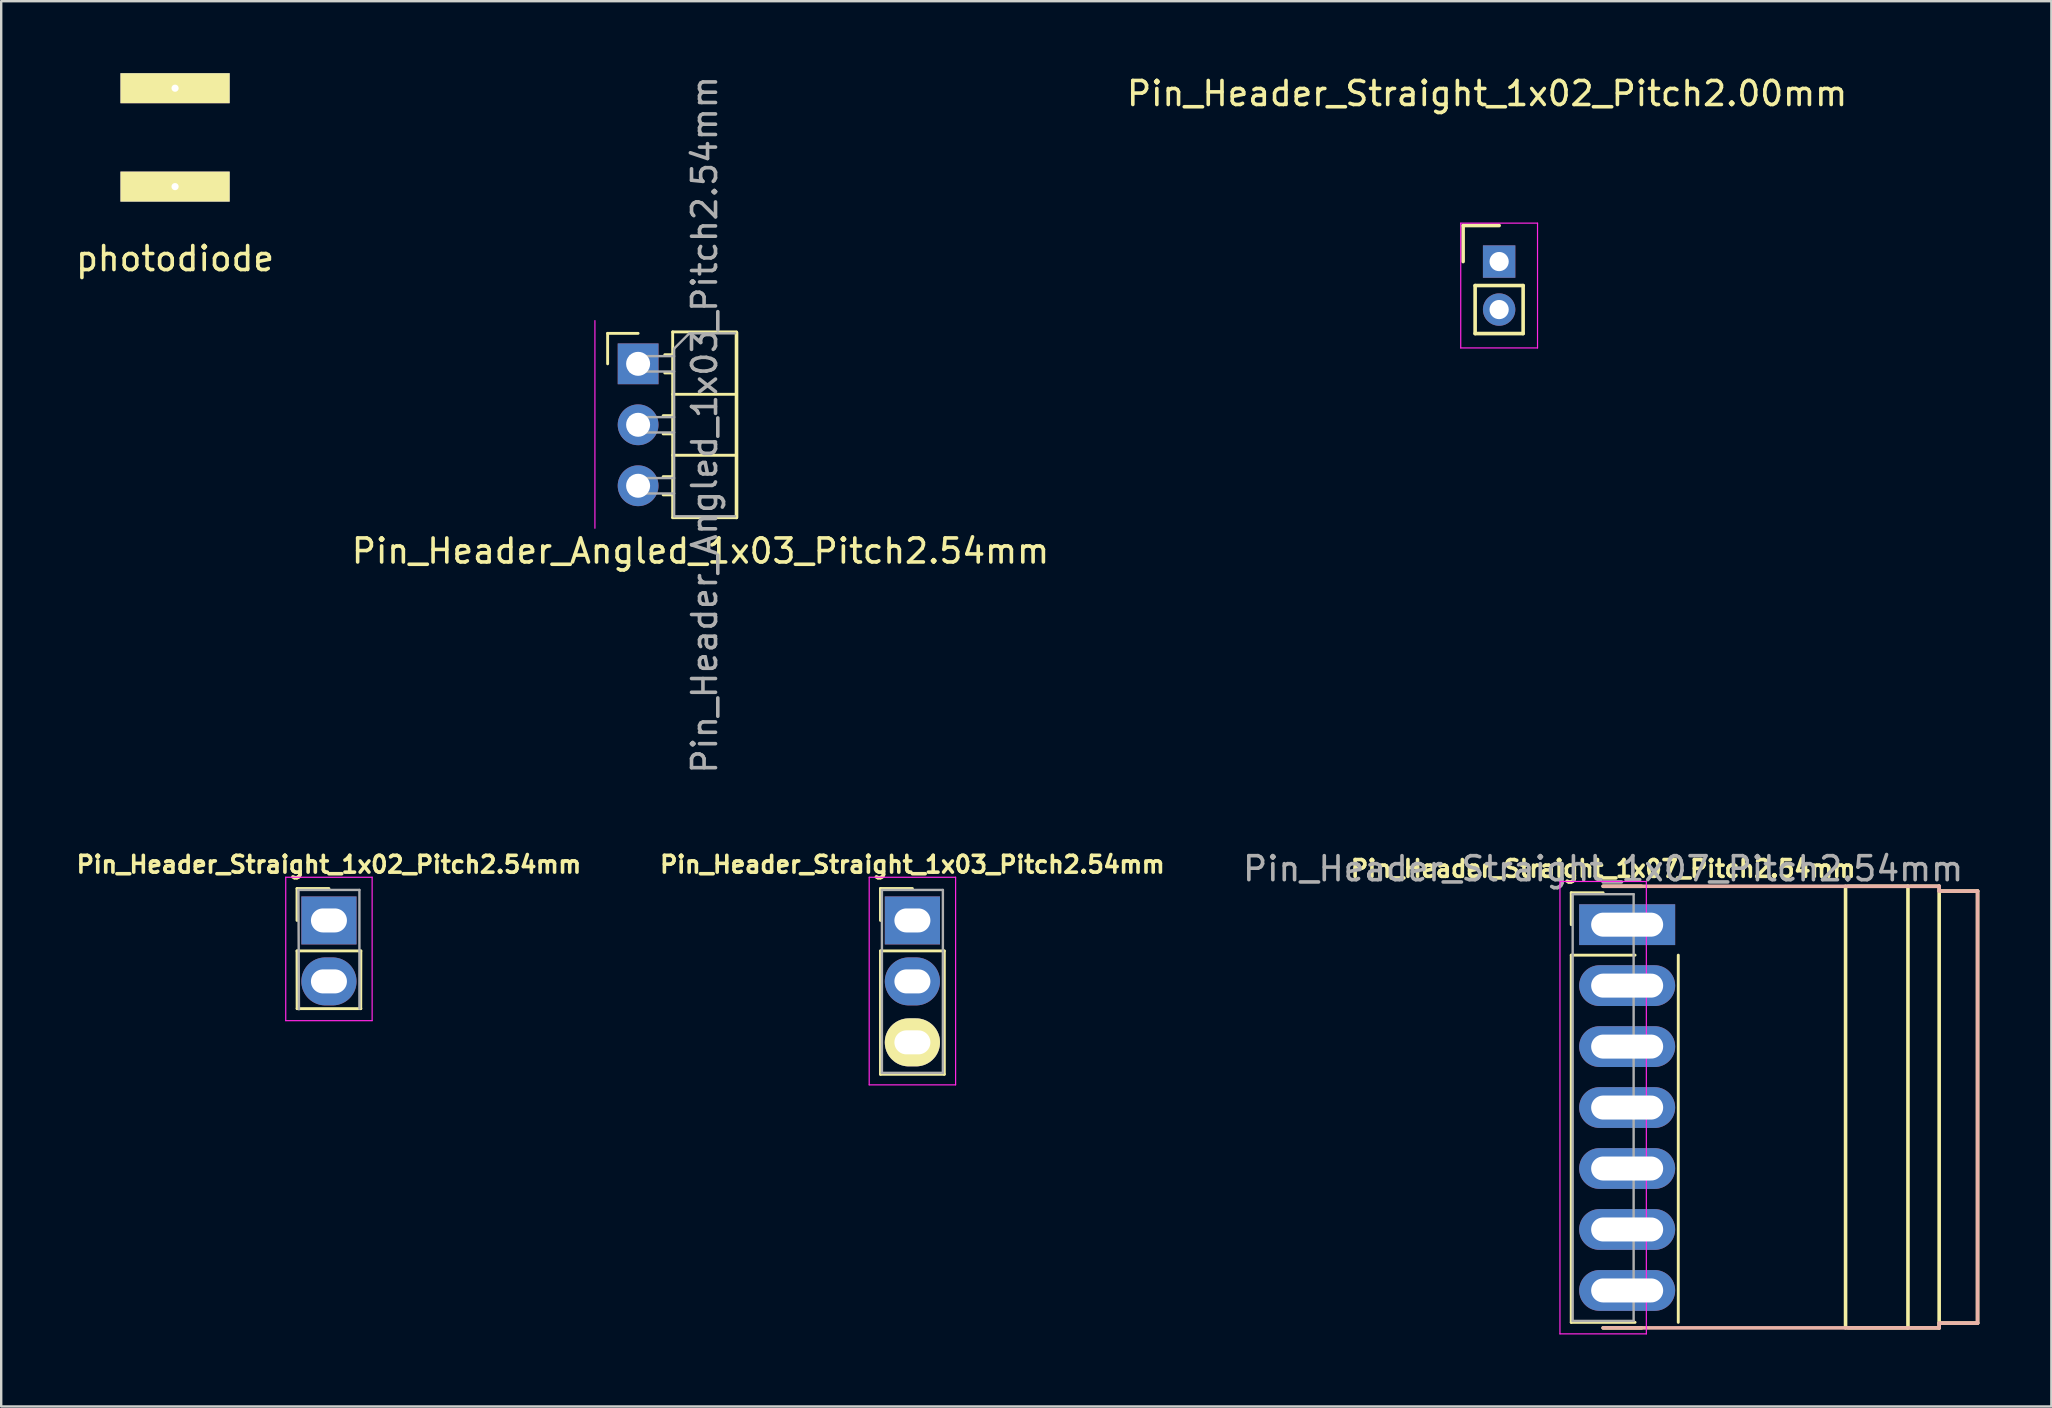
<source format=kicad_pcb>
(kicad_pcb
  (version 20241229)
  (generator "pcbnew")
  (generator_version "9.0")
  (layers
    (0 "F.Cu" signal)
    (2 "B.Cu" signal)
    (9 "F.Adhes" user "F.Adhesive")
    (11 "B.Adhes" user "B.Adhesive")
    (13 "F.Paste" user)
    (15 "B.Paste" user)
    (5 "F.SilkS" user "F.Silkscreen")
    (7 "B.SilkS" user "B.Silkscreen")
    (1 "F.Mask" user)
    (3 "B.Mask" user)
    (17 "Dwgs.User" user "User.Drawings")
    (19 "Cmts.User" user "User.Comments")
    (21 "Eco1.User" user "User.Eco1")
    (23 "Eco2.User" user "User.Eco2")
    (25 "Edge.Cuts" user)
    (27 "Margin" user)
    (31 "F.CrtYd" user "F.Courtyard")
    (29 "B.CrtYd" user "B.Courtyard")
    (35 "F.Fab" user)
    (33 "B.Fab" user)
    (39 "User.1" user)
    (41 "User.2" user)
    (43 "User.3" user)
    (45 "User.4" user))
  (footprint "photodiode"
    (layer "F.Cu")
    (at 4.244 4.725)
    (property "Reference" "photodiode" (at 0 3 0) (layer "F.SilkS") (effects (font (size 1 1) (thickness 0.15))))
    (attr through_hole)
    (pad "1" thru_hole rect (at 0 0) (size 4.55 1.25) (drill 0.3) (layers "*.Cu" "*.Mask" "F.SilkS"))
    (pad "2" thru_hole rect (at 0 -4.1) (size 4.55 1.25) (drill 0.3) (layers "*.Cu" "*.Mask" "F.SilkS")))
  (footprint "Pin_Header_Straight_1x03_Pitch2.54mm"
    (layer "F.Cu")
    (at 34.965 35.3)
    (property "Reference" "Pin_Header_Straight_1x03_Pitch2.54mm" (at 0 -2.33 0) (layer "F.SilkS") (effects (font (size 0.7 0.7) (thickness 0.15))))
    (attr through_hole)
    (fp_line (start -1.33 -1.33) (end 0 -1.33) (stroke (width 0.12) (type solid)) (layer "F.SilkS"))
    (fp_line (start -1.33 0) (end -1.33 -1.33) (stroke (width 0.12) (type solid)) (layer "F.SilkS"))
    (fp_line (start -1.33 1.27) (end -1.33 6.41) (stroke (width 0.12) (type solid)) (layer "F.SilkS"))
    (fp_line (start -1.33 6.41) (end 1.33 6.41) (stroke (width 0.12) (type solid)) (layer "F.SilkS"))
    (fp_line (start 1.33 1.27) (end -1.33 1.27) (stroke (width 0.12) (type solid)) (layer "F.SilkS"))
    (fp_line (start 1.33 6.41) (end 1.33 1.27) (stroke (width 0.12) (type solid)) (layer "F.SilkS"))
    (fp_line (start -1.8 -1.8) (end -1.8 6.85) (stroke (width 0.05) (type solid)) (layer "F.CrtYd"))
    (fp_line (start -1.8 6.85) (end 1.8 6.85) (stroke (width 0.05) (type solid)) (layer "F.CrtYd"))
    (fp_line (start 1.8 -1.8) (end -1.8 -1.8) (stroke (width 0.05) (type solid)) (layer "F.CrtYd"))
    (fp_line (start 1.8 6.85) (end 1.8 -1.8) (stroke (width 0.05) (type solid)) (layer "F.CrtYd"))
    (fp_line (start -1.27 -1.27) (end -1.27 6.35) (stroke (width 0.1) (type solid)) (layer "F.Fab"))
    (fp_line (start -1.27 6.35) (end 1.27 6.35) (stroke (width 0.1) (type solid)) (layer "F.Fab"))
    (fp_line (start 1.27 -1.27) (end -1.27 -1.27) (stroke (width 0.1) (type solid)) (layer "F.Fab"))
    (fp_line (start 1.27 6.35) (end 1.27 -1.27) (stroke (width 0.1) (type solid)) (layer "F.Fab"))
    (pad "1" thru_hole rect (at 0 0) (size 2.3 2) (drill oval 1.5 1) (layers "*.Cu" "*.Mask"))
    (pad "2" thru_hole oval (at 0 2.54) (size 2.3 2) (drill oval 1.5 1) (layers "*.Cu" "*.Mask"))
    (pad "3" thru_hole oval (at 0 5.08) (size 2.3 2) (drill oval 1.5 1) (layers "*.Cu" "*.Mask" "F.SilkS")))
  (footprint "Pin_Header_Straight_1x02_Pitch2.00mm"
    (layer "F.Cu")
    (at 59.411 7.848)
    (property "Reference" "Pin_Header_Straight_1x02_Pitch2.00mm" (at -0.5 -7 0) (layer "F.SilkS") (effects (font (size 1 1) (thickness 0.15))))
    (attr through_hole)
    (fp_line (start -1.5 -1.5) (end 0 -1.5) (stroke (width 0.15) (type solid)) (layer "F.SilkS"))
    (fp_line (start -1.5 0) (end -1.5 -1.5) (stroke (width 0.15) (type solid)) (layer "F.SilkS"))
    (fp_line (start -1 1) (end 1 1) (stroke (width 0.15) (type solid)) (layer "F.SilkS"))
    (fp_line (start -1 3) (end -1 1) (stroke (width 0.15) (type solid)) (layer "F.SilkS"))
    (fp_line (start 1 1) (end 1 3) (stroke (width 0.15) (type solid)) (layer "F.SilkS"))
    (fp_line (start 1 3) (end -1 3) (stroke (width 0.15) (type solid)) (layer "F.SilkS"))
    (fp_line (start -1.6 -1.6) (end 1.6 -1.6) (stroke (width 0.05) (type solid)) (layer "F.CrtYd"))
    (fp_line (start -1.6 3.6) (end -1.6 -1.6) (stroke (width 0.05) (type solid)) (layer "F.CrtYd"))
    (fp_line (start 1.6 -1.6) (end 1.6 3.6) (stroke (width 0.05) (type solid)) (layer "F.CrtYd"))
    (fp_line (start 1.6 3.6) (end -1.6 3.6) (stroke (width 0.05) (type solid)) (layer "F.CrtYd"))
    (pad "1" thru_hole rect (at 0 0) (size 1.35 1.35) (drill 0.8) (layers "*.Cu" "*.Mask"))
    (pad "2" thru_hole circle (at 0 2) (size 1.35 1.35) (drill 0.8) (layers "*.Cu" "*.Mask")))
  (footprint "Pin_Header_Straight_1x07_Pitch2.54mm"
    (layer "F.Cu")
    (at 63.745 43.076)
    (property "Reference" "Pin_Header_Straight_1x07_Pitch2.54mm" (at 0 -9.93 0) (layer "F.SilkS") (effects (font (size 0.7 0.7) (thickness 0.15))))
    (attr through_hole)
    (fp_line (start -1.33 -8.93) (end 0 -8.93) (stroke (width 0.12) (type solid)) (layer "F.SilkS"))
    (fp_line (start -1.33 -7.6) (end -1.33 -8.93) (stroke (width 0.12) (type solid)) (layer "F.SilkS"))
    (fp_line (start -1.33 -6.33) (end -1.33 8.97) (stroke (width 0.12) (type solid)) (layer "F.SilkS"))
    (fp_line (start -1.33 8.97) (end 1.33 8.97) (stroke (width 0.12) (type solid)) (layer "F.SilkS"))
    (fp_line (start 0 -9.2) (end 1.6 -9.2) (stroke (width 0.15) (type solid)) (layer "F.SilkS"))
    (fp_line (start 1.33 -6.33) (end -1.33 -6.33) (stroke (width 0.12) (type solid)) (layer "F.SilkS"))
    (fp_line (start 1.6 9.2) (end 0 9.2) (stroke (width 0.15) (type solid)) (layer "F.SilkS"))
    (fp_line (start 3.13 8.97) (end 3.13 -6.33) (stroke (width 0.12) (type solid)) (layer "F.SilkS"))
    (fp_line (start 10.1 9.2) (end 10.1 -9.2) (stroke (width 0.15) (type solid)) (layer "F.SilkS"))
    (fp_line (start 10.2 -9.2) (end 12.7 -9.2) (stroke (width 0.15) (type solid)) (layer "F.SilkS"))
    (fp_line (start 12.7 -9.2) (end 12.7 9.2) (stroke (width 0.15) (type solid)) (layer "F.SilkS"))
    (fp_line (start 12.7 9.2) (end 10.2 9.2) (stroke (width 0.15) (type solid)) (layer "F.SilkS"))
    (fp_line (start 12.8 9.2) (end 14 9.2) (stroke (width 0.15) (type solid)) (layer "F.SilkS"))
    (fp_line (start 14 -9.2) (end 12.8 -9.2) (stroke (width 0.15) (type solid)) (layer "F.SilkS"))
    (fp_line (start 14 9.2) (end 14 -9.2) (stroke (width 0.15) (type solid)) (layer "F.SilkS"))
    (fp_line (start 14.1 -9) (end 15.6 -9) (stroke (width 0.15) (type solid)) (layer "F.SilkS"))
    (fp_line (start 15.6 -9) (end 15.6 9) (stroke (width 0.15) (type solid)) (layer "F.SilkS"))
    (fp_line (start 15.6 9) (end 14.1 9) (stroke (width 0.15) (type solid)) (layer "F.SilkS"))
    (fp_line (start 0 -9.2) (end 14 -9.2) (stroke (width 0.15) (type solid)) (layer "B.SilkS"))
    (fp_line (start 14 -9.2) (end 14 -9) (stroke (width 0.15) (type solid)) (layer "B.SilkS"))
    (fp_line (start 14 -9) (end 15.6 -9) (stroke (width 0.15) (type solid)) (layer "B.SilkS"))
    (fp_line (start 14 9) (end 14 9.2) (stroke (width 0.15) (type solid)) (layer "B.SilkS"))
    (fp_line (start 14 9.2) (end 0 9.2) (stroke (width 0.15) (type solid)) (layer "B.SilkS"))
    (fp_line (start 15.6 -9) (end 15.6 9) (stroke (width 0.15) (type solid)) (layer "B.SilkS"))
    (fp_line (start 15.6 9) (end 14 9) (stroke (width 0.15) (type solid)) (layer "B.SilkS"))
    (fp_line (start -1.8 -9.4) (end -1.8 9.45) (stroke (width 0.05) (type solid)) (layer "F.CrtYd"))
    (fp_line (start -1.8 9.45) (end 1.8 9.45) (stroke (width 0.05) (type solid)) (layer "F.CrtYd"))
    (fp_line (start 1.8 -9.4) (end -1.8 -9.4) (stroke (width 0.05) (type solid)) (layer "F.CrtYd"))
    (fp_line (start 1.8 9.45) (end 1.8 -9.4) (stroke (width 0.05) (type solid)) (layer "F.CrtYd"))
    (fp_line (start -1.27 -8.87) (end -1.27 8.91) (stroke (width 0.1) (type solid)) (layer "F.Fab"))
    (fp_line (start -1.27 8.91) (end 1.27 8.91) (stroke (width 0.1) (type solid)) (layer "F.Fab"))
    (fp_line (start 1.27 -8.87) (end -1.27 -8.87) (stroke (width 0.1) (type solid)) (layer "F.Fab"))
    (fp_line (start 1.27 8.91) (end 1.27 -8.87) (stroke (width 0.1) (type solid)) (layer "F.Fab"))
    (fp_text user "${REFERENCE}" (at 0 -9.93 0) (layer "F.Fab") (effects (font (size 1 1) (thickness 0.15))))
    (pad "1" thru_hole rect (at 1 -7.6) (size 4 1.7) (drill oval 3 1) (layers "*.Cu" "*.Mask"))
    (pad "2" thru_hole oval (at 1 -5.06) (size 4 1.7) (drill oval 3 1) (layers "*.Cu" "*.Mask"))
    (pad "3" thru_hole oval (at 1 -2.52) (size 4 1.7) (drill oval 3 1) (layers "*.Cu" "*.Mask"))
    (pad "4" thru_hole oval (at 1 0.02) (size 4 1.7) (drill oval 3 1) (layers "*.Cu" "*.Mask"))
    (pad "5" thru_hole oval (at 1 2.56) (size 4 1.7) (drill oval 3 1) (layers "*.Cu" "*.Mask"))
    (pad "6" thru_hole oval (at 1 5.1) (size 4 1.7) (drill oval 3 1) (layers "*.Cu" "*.Mask"))
    (pad "7" thru_hole oval (at 1 7.64) (size 4 1.7) (drill oval 3 1) (layers "*.Cu" "*.Mask")))
  (footprint "Pin_Header_Straight_1x02_Pitch2.54mm"
    (layer "F.Cu")
    (at 10.655 35.3)
    (property "Reference" "Pin_Header_Straight_1x02_Pitch2.54mm" (at 0 -2.33 0) (layer "F.SilkS") (effects (font (size 0.7 0.7) (thickness 0.15))))
    (attr through_hole)
    (fp_line (start -1.33 -1.33) (end 0 -1.33) (stroke (width 0.12) (type solid)) (layer "F.SilkS"))
    (fp_line (start -1.33 0) (end -1.33 -1.33) (stroke (width 0.12) (type solid)) (layer "F.SilkS"))
    (fp_line (start -1.33 1.27) (end -1.325 3.675) (stroke (width 0.12) (type solid)) (layer "F.SilkS"))
    (fp_line (start -1.325 3.675) (end 1.33 3.675) (stroke (width 0.12) (type solid)) (layer "F.SilkS"))
    (fp_line (start 1.325 3.675) (end 1.33 1.27) (stroke (width 0.12) (type solid)) (layer "F.SilkS"))
    (fp_line (start 1.33 1.27) (end -1.33 1.27) (stroke (width 0.12) (type solid)) (layer "F.SilkS"))
    (fp_line (start -1.8 -1.8) (end -1.8 4.175) (stroke (width 0.05) (type solid)) (layer "F.CrtYd"))
    (fp_line (start -1.8 4.175) (end 1.8 4.175) (stroke (width 0.05) (type solid)) (layer "F.CrtYd"))
    (fp_line (start 1.8 -1.8) (end -1.8 -1.8) (stroke (width 0.05) (type solid)) (layer "F.CrtYd"))
    (fp_line (start 1.8 4.175) (end 1.8 -1.8) (stroke (width 0.05) (type solid)) (layer "F.CrtYd"))
    (fp_line (start -1.27 -1.27) (end -1.25 3.7) (stroke (width 0.1) (type solid)) (layer "F.Fab"))
    (fp_line (start 1.27 -1.27) (end -1.27 -1.27) (stroke (width 0.1) (type solid)) (layer "F.Fab"))
    (fp_line (start 1.27 3.675) (end 1.27 -1.27) (stroke (width 0.1) (type solid)) (layer "F.Fab"))
    (pad "1" thru_hole rect (at 0 0) (size 2.3 2) (drill oval 1.5 1) (layers "*.Cu" "*.Mask"))
    (pad "2" thru_hole oval (at 0 2.54) (size 2.3 2) (drill oval 1.5 1) (layers "*.Cu" "*.Mask")))
  (footprint "Pin_Header_Angled_1x03_Pitch2.54mm"
    (layer "F.Cu")
    (at 23.537 12.109)
    (property "Reference" "Pin_Header_Angled_1x03_Pitch2.54mm" (at 2.6 7.8 0) (layer "F.SilkS") (effects (font (size 1 1) (thickness 0.15))))
    (attr through_hole)
    (fp_line (start -1.27 -1.27) (end 0 -1.27) (stroke (width 0.12) (type solid)) (layer "F.SilkS"))
    (fp_line (start -1.27 0) (end -1.27 -1.27) (stroke (width 0.12) (type solid)) (layer "F.SilkS"))
    (fp_line (start 1.043 2.16) (end 1.44 2.16) (stroke (width 0.12) (type solid)) (layer "F.SilkS"))
    (fp_line (start 1.043 2.92) (end 1.44 2.92) (stroke (width 0.12) (type solid)) (layer "F.SilkS"))
    (fp_line (start 1.043 4.7) (end 1.44 4.7) (stroke (width 0.12) (type solid)) (layer "F.SilkS"))
    (fp_line (start 1.043 5.46) (end 1.44 5.46) (stroke (width 0.12) (type solid)) (layer "F.SilkS"))
    (fp_line (start 1.11 -0.38) (end 1.44 -0.38) (stroke (width 0.12) (type solid)) (layer "F.SilkS"))
    (fp_line (start 1.11 0.38) (end 1.44 0.38) (stroke (width 0.12) (type solid)) (layer "F.SilkS"))
    (fp_line (start 1.44 -1.33) (end 1.44 6.41) (stroke (width 0.12) (type solid)) (layer "F.SilkS"))
    (fp_line (start 1.44 1.27) (end 4.1 1.27) (stroke (width 0.12) (type solid)) (layer "F.SilkS"))
    (fp_line (start 1.44 3.81) (end 4.1 3.81) (stroke (width 0.12) (type solid)) (layer "F.SilkS"))
    (fp_line (start 1.44 6.41) (end 4.1 6.41) (stroke (width 0.12) (type solid)) (layer "F.SilkS"))
    (fp_line (start 4.1 -1.33) (end 1.44 -1.33) (stroke (width 0.12) (type solid)) (layer "F.SilkS"))
    (fp_line (start 4.1 -1.3) (end 4.1 6.4) (stroke (width 0.15) (type solid)) (layer "F.SilkS"))
    (fp_line (start -1.8 -1.8) (end -1.8 6.85) (stroke (width 0.05) (type solid)) (layer "F.CrtYd"))
    (fp_line (start -0.32 -0.32) (end -0.32 0.32) (stroke (width 0.1) (type solid)) (layer "F.Fab"))
    (fp_line (start -0.32 -0.32) (end 1.5 -0.32) (stroke (width 0.1) (type solid)) (layer "F.Fab"))
    (fp_line (start -0.32 0.32) (end 1.5 0.32) (stroke (width 0.1) (type solid)) (layer "F.Fab"))
    (fp_line (start -0.32 2.22) (end -0.32 2.86) (stroke (width 0.1) (type solid)) (layer "F.Fab"))
    (fp_line (start -0.32 2.22) (end 1.5 2.22) (stroke (width 0.1) (type solid)) (layer "F.Fab"))
    (fp_line (start -0.32 2.86) (end 1.5 2.86) (stroke (width 0.1) (type solid)) (layer "F.Fab"))
    (fp_line (start -0.32 4.76) (end -0.32 5.4) (stroke (width 0.1) (type solid)) (layer "F.Fab"))
    (fp_line (start -0.32 4.76) (end 1.5 4.76) (stroke (width 0.1) (type solid)) (layer "F.Fab"))
    (fp_line (start -0.32 5.4) (end 1.5 5.4) (stroke (width 0.1) (type solid)) (layer "F.Fab"))
    (fp_line (start 1.5 -0.635) (end 2.135 -1.27) (stroke (width 0.1) (type solid)) (layer "F.Fab"))
    (fp_line (start 1.5 6.35) (end 1.5 -0.635) (stroke (width 0.1) (type solid)) (layer "F.Fab"))
    (fp_line (start 2.135 -1.27) (end 4.04 -1.27) (stroke (width 0.1) (type solid)) (layer "F.Fab"))
    (fp_line (start 4.04 6.35) (end 1.5 6.35) (stroke (width 0.1) (type solid)) (layer "F.Fab"))
    (fp_text user "${REFERENCE}" (at 2.77 2.54 90) (layer "F.Fab") (effects (font (size 1 1) (thickness 0.15))))
    (pad "1" thru_hole rect (at 0 0) (size 1.7 1.7) (drill 1) (layers "*.Cu" "*.Mask"))
    (pad "2" thru_hole oval (at 0 2.54) (size 1.7 1.7) (drill 1) (layers "*.Cu" "*.Mask"))
    (pad "3" thru_hole oval (at 0 5.08) (size 1.7 1.7) (drill 1) (layers "*.Cu" "*.Mask")))
  (gr_rect
    (start -3 -3)
    (end 82.42 55.551)
    (stroke (width 0.1) (type default))
    (fill no)
    (layer "Edge.Cuts")))
</source>
